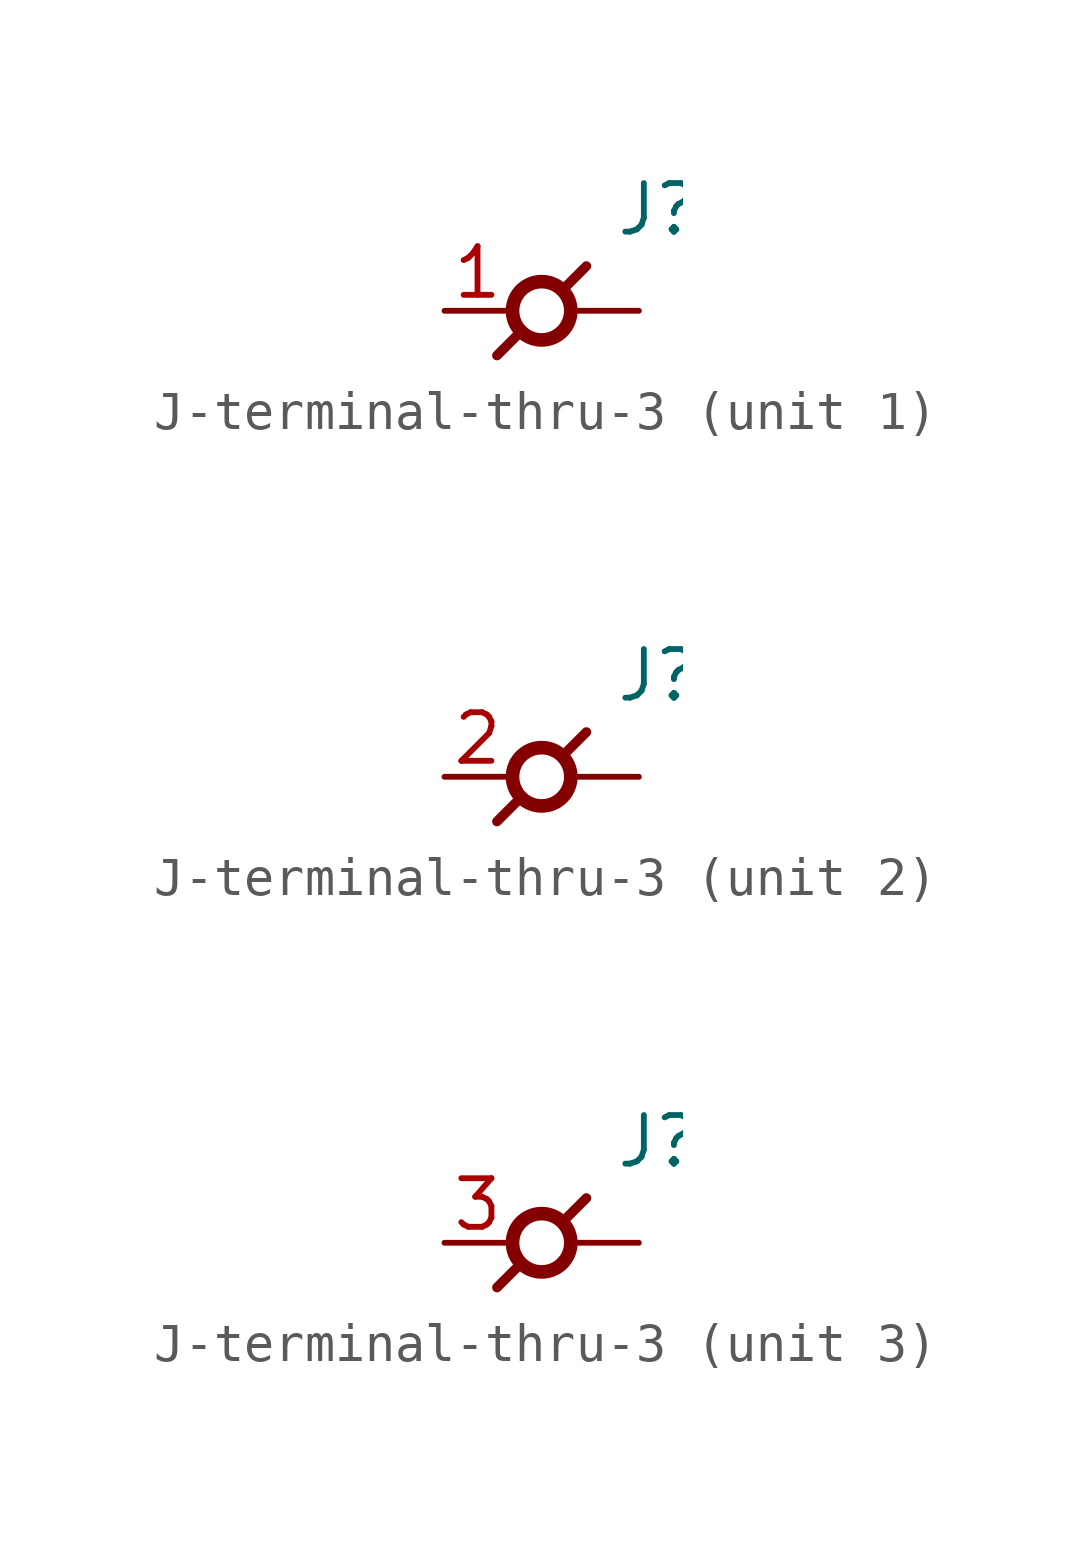
<source format=kicad_sym>
(kicad_symbol_lib
  (version 20211014)
  (generator kicad_symbol_editor)
  (symbol "J-terminal-thru-3"
    (pin_names
      (offset 0.635) hide)
    (property "Reference" "J"
      (at 1.905 1.905 0)
      (effects (font (size 1.27 1.27)) (justify left bottom)))
    (property "ki_locked" ""
      (at 0 0 0)
      (effects (font (size 1.27 1.27))))
    (symbol "J-terminal-thru-3_0_0"
      (polyline (pts (xy -0.584 -0.584) (xy -1.168 -1.168)) (stroke (width 0.254) (type default) (color 0 0 0 0)) (fill (type none)))
      (polyline (pts (xy 0.584 0.584) (xy 1.168 1.168)) (stroke (width 0.254) (type default) (color 0 0 0 0)) (fill (type none)))
      (circle (center 0 0) (radius 0.762) (stroke (width 0.356) (type default) (color 0 0 0 0)) (fill (type none))))
    (symbol "J-terminal-thru-3_1_1"
      (pin passive line (at -2.54 0 0) (length 1.727) (name "1" (effects (font (size 1.27 1.27)))) (number "1" (effects (font (size 1.27 1.27)))))
      (pin passive line (at 2.54 0 180) (length 1.727) (name "1" (effects (font (size 1.27 1.27)))) (number "1" (effects (font (size 0 0))))))
    (symbol "J-terminal-thru-3_2_1"
      (pin passive line (at -2.54 0 0) (length 1.727) (name "2" (effects (font (size 1.27 1.27)))) (number "2" (effects (font (size 1.27 1.27)))))
      (pin passive line (at 2.54 0 180) (length 1.727) (name "2" (effects (font (size 1.27 1.27)))) (number "2" (effects (font (size 0 0))))))
    (symbol "J-terminal-thru-3_3_1"
      (pin passive line (at -2.54 0 0) (length 1.727) (name "3" (effects (font (size 1.27 1.27)))) (number "3" (effects (font (size 1.27 1.27)))))
      (pin passive line (at 2.54 0 180) (length 1.727) (name "3" (effects (font (size 1.27 1.27)))) (number "3" (effects (font (size 0 0))))))))
</source>
